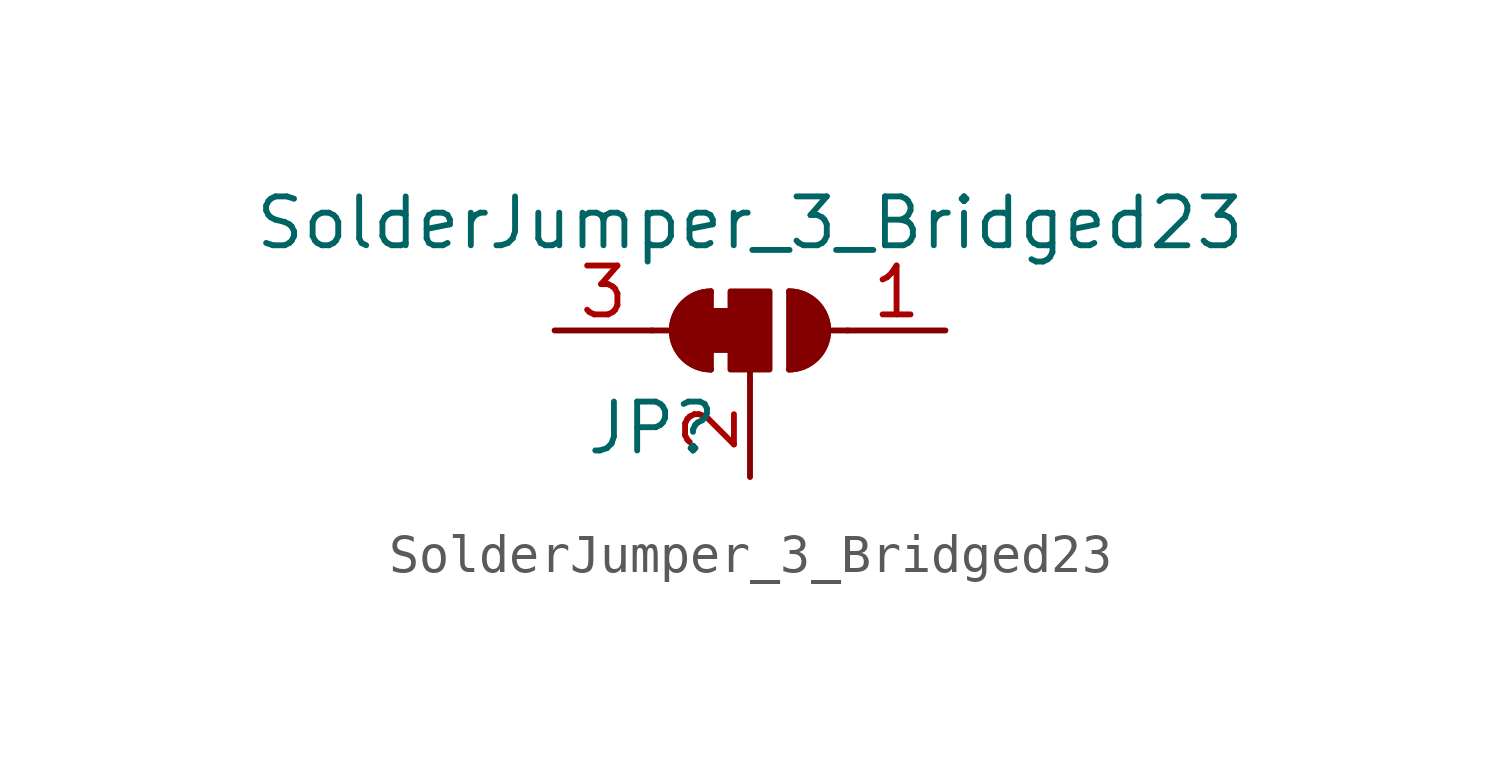
<source format=kicad_sym>
(kicad_symbol_lib
  (version 20211014)
  (generator kicad_symbol_editor)
  (symbol "SolderJumper_3_Bridged23"
    (pin_names
      (offset 0) hide)
    (property "Reference" "JP"
      (at -2.54 -2.54 0)
      (effects (font (size 1.27 1.27))))
    (property "Value" "SolderJumper_3_Bridged23"
      (at 0 2.794 0)
      (effects (font (size 1.27 1.27))))
    (symbol "SolderJumper_3_Bridged23_0_1"
      (rectangle (start -1.016 0.508) (end -0.508 -0.508) (stroke (width 0) (type default) (color 0 0 0 0)) (fill (type outline)))
      (arc (start -1.016 1.016) (mid -2.032 0) (end -1.016 -1.016) (stroke (width 0) (type default) (color 0 0 0 0)) (fill (type none)))
      (arc (start -1.016 1.016) (mid -2.032 0) (end -1.016 -1.016) (stroke (width 0) (type default) (color 0 0 0 0)) (fill (type outline)))
      (rectangle (start -0.508 1.016) (end 0.508 -1.016) (stroke (width 0) (type default) (color 0 0 0 0)) (fill (type outline)))
      (polyline (pts (xy -2.54 0) (xy -2.032 0)) (stroke (width 0) (type default) (color 0 0 0 0)) (fill (type none)))
      (polyline (pts (xy -1.016 1.016) (xy -1.016 -1.016)) (stroke (width 0) (type default) (color 0 0 0 0)) (fill (type none)))
      (polyline (pts (xy 0 -1.27) (xy 0 -1.016)) (stroke (width 0) (type default) (color 0 0 0 0)) (fill (type none)))
      (polyline (pts (xy 1.016 1.016) (xy 1.016 -1.016)) (stroke (width 0) (type default) (color 0 0 0 0)) (fill (type none)))
      (polyline (pts (xy 2.54 0) (xy 2.032 0)) (stroke (width 0) (type default) (color 0 0 0 0)) (fill (type none)))
      (arc (start 1.016 -1.016) (mid 2.032 0) (end 1.016 1.016) (stroke (width 0) (type default) (color 0 0 0 0)) (fill (type none)))
      (arc (start 1.016 -1.016) (mid 2.032 0) (end 1.016 1.016) (stroke (width 0) (type default) (color 0 0 0 0)) (fill (type outline))))
    (symbol "SolderJumper_3_Bridged23_1_1"
      (pin passive line (at 5.08 0 180) (length 2.54) (name "B" (effects (font (size 1.27 1.27)))) (number "1" (effects (font (size 1.27 1.27)))))
      (pin input line (at 0 -3.81 90) (length 2.54) (name "C" (effects (font (size 1.27 1.27)))) (number "2" (effects (font (size 1.27 1.27)))))
      (pin passive line (at -5.08 0 0) (length 2.54) (name "A" (effects (font (size 1.27 1.27)))) (number "3" (effects (font (size 1.27 1.27))))))))
</source>
